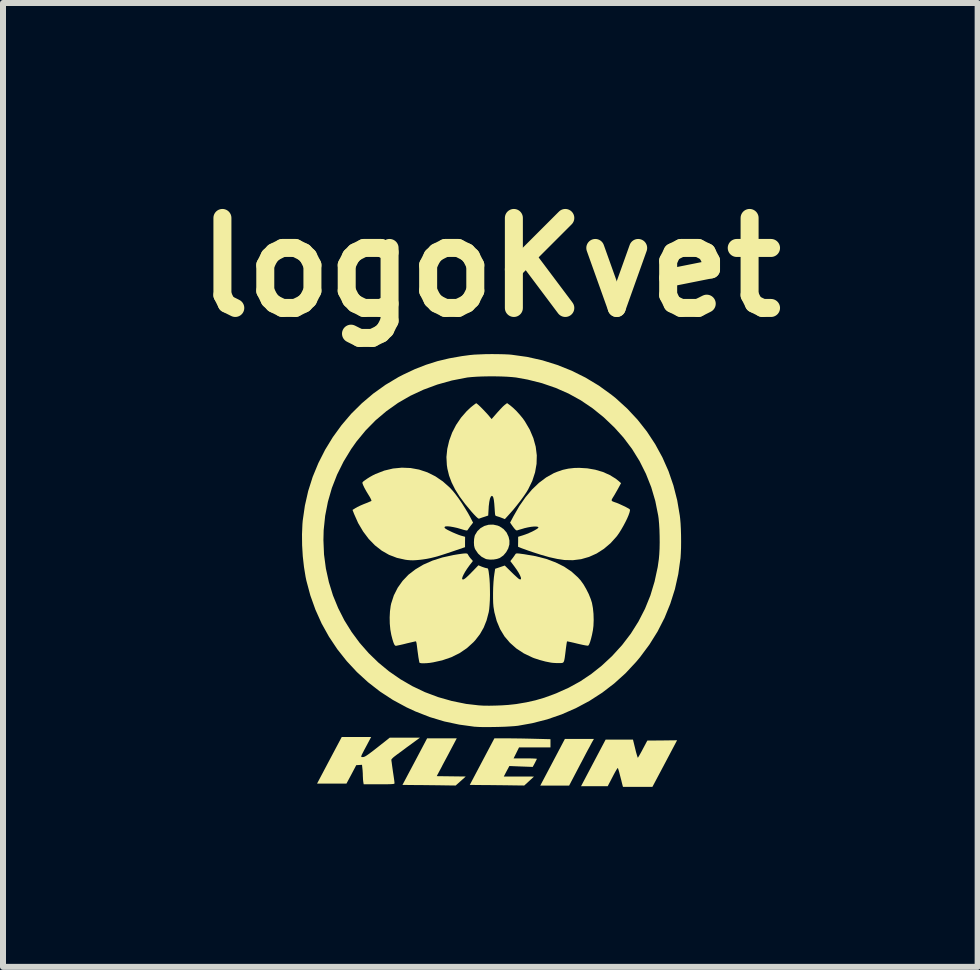
<source format=kicad_pcb>
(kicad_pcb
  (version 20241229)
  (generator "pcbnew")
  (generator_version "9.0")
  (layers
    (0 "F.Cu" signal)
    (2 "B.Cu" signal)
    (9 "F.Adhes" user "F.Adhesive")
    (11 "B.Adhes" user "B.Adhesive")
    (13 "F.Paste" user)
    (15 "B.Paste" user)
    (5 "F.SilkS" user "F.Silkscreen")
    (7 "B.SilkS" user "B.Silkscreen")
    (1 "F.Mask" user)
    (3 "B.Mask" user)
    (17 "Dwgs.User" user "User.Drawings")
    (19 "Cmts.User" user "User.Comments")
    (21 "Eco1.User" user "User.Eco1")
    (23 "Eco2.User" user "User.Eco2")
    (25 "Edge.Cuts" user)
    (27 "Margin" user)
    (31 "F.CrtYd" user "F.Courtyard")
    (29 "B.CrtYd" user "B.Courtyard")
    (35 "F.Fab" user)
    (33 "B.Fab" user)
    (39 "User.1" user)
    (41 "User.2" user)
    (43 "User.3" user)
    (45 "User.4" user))
  (footprint "logoKvet"
    (layer "F.Cu")
    (at 5.121 6.484)
    (property "Reference" "logoKvet" (at 0 -5.08 0) (layer "F.SilkS") (effects (font (size 1.5 1.5) (thickness 0.3))))
    (attr board_only exclude_from_pos_files exclude_from_bom)
    (fp_poly (pts (xy 1.706 2.817) (xy 1.696 2.834) (xy 1.678 2.868) (xy 1.652 2.917) (xy 1.619 2.977) (xy 1.582 3.047) (xy 1.542 3.124) (xy 1.499 3.205) (xy 1.314 3.558) (xy 1.073 3.558) (xy 0.833 3.558) (xy 1.038 3.17) (xy 1.243 2.781) (xy 1.485 2.781) (xy 1.727 2.781)) (stroke (width 0) (type solid)) (fill yes) (layer "F.SilkS"))
    (fp_poly (pts (xy -0.64 2.924) (xy -0.676 2.992) (xy -0.717 3.07) (xy -0.76 3.15) (xy -0.799 3.223) (xy -0.807 3.24) (xy -0.893 3.401) (xy -0.651 3.404) (xy -0.409 3.407) (xy -0.493 3.482) (xy -0.577 3.557) (xy -0.733 3.555) (xy -0.789 3.554) (xy -0.861 3.553) (xy -0.944 3.552) (xy -1.033 3.551) (xy -1.123 3.55) (xy -1.177 3.55) (xy -1.464 3.547) (xy -1.258 3.159) (xy -1.053 2.771) (xy -0.806 2.771) (xy -0.559 2.771)) (stroke (width 0) (type solid)) (fill yes) (layer "F.SilkS"))
    (fp_poly (pts (xy 0.122 -0.775) (xy 0.154 -0.762) (xy 0.22 -0.718) (xy 0.271 -0.66) (xy 0.305 -0.588) (xy 0.319 -0.525) (xy 0.318 -0.46) (xy 0.299 -0.394) (xy 0.265 -0.332) (xy 0.218 -0.277) (xy 0.161 -0.237) (xy 0.158 -0.235) (xy 0.111 -0.219) (xy 0.053 -0.209) (xy -0.006 -0.208) (xy -0.059 -0.214) (xy -0.078 -0.22) (xy -0.145 -0.255) (xy -0.203 -0.308) (xy -0.247 -0.372) (xy -0.26 -0.399) (xy -0.27 -0.441) (xy -0.273 -0.494) (xy -0.27 -0.55) (xy -0.261 -0.599) (xy -0.255 -0.617) (xy -0.215 -0.682) (xy -0.162 -0.733) (xy -0.098 -0.769) (xy -0.027 -0.789) (xy 0.048 -0.791)) (stroke (width 0) (type solid)) (fill yes) (layer "F.SilkS"))
    (fp_poly (pts (xy 2.415 2.943) (xy 2.428 2.997) (xy 2.441 3.042) (xy 2.451 3.075) (xy 2.457 3.092) (xy 2.459 3.094) (xy 2.466 3.085) (xy 2.481 3.06) (xy 2.502 3.023) (xy 2.528 2.976) (xy 2.541 2.951) (xy 2.617 2.808) (xy 2.865 2.806) (xy 3.113 2.803) (xy 2.908 3.191) (xy 2.702 3.579) (xy 2.456 3.579) (xy 2.211 3.579) (xy 2.2 3.539) (xy 2.193 3.511) (xy 2.183 3.469) (xy 2.17 3.42) (xy 2.161 3.385) (xy 2.149 3.338) (xy 2.138 3.3) (xy 2.129 3.273) (xy 2.125 3.265) (xy 2.118 3.271) (xy 2.103 3.294) (xy 2.082 3.33) (xy 2.057 3.376) (xy 2.038 3.413) (xy 1.957 3.568) (xy 1.734 3.568) (xy 1.512 3.569) (xy 1.717 3.18) (xy 1.922 2.792) (xy 2.15 2.792) (xy 2.378 2.792)) (stroke (width 0) (type solid)) (fill yes) (layer "F.SilkS"))
    (fp_poly (pts (xy 0.326 2.771) (xy 0.41 2.772) (xy 0.502 2.773) (xy 0.598 2.775) (xy 0.69 2.777) (xy 0.726 2.778) (xy 1.003 2.785) (xy 1.003 2.853) (xy 1.003 2.922) (xy 0.741 2.922) (xy 0.479 2.922) (xy 0.434 3.013) (xy 0.388 3.105) (xy 0.582 3.105) (xy 0.644 3.105) (xy 0.698 3.106) (xy 0.74 3.108) (xy 0.767 3.11) (xy 0.776 3.111) (xy 0.772 3.124) (xy 0.759 3.149) (xy 0.742 3.183) (xy 0.742 3.183) (xy 0.707 3.247) (xy 0.513 3.24) (xy 0.318 3.232) (xy 0.271 3.319) (xy 0.225 3.407) (xy 0.476 3.407) (xy 0.728 3.408) (xy 0.647 3.483) (xy 0.566 3.557) (xy 0.399 3.555) (xy 0.34 3.554) (xy 0.264 3.553) (xy 0.179 3.552) (xy 0.087 3.551) (xy -0.004 3.55) (xy -0.055 3.55) (xy -0.342 3.547) (xy -0.137 3.159) (xy 0.068 2.771) (xy 0.259 2.771)) (stroke (width 0) (type solid)) (fill yes) (layer "F.SilkS"))
    (fp_poly (pts (xy -2.066 2.9) (xy -2.1 2.963) (xy -2.124 3.01) (xy -2.141 3.043) (xy -2.149 3.064) (xy -2.151 3.076) (xy -2.147 3.082) (xy -2.137 3.083) (xy -2.123 3.083) (xy -2.122 3.083) (xy -2.108 3.081) (xy -2.09 3.074) (xy -2.067 3.061) (xy -2.036 3.04) (xy -1.994 3.009) (xy -1.94 2.968) (xy -1.881 2.922) (xy -1.676 2.76) (xy -1.425 2.76) (xy -1.173 2.76) (xy -1.339 2.882) (xy -1.397 2.924) (xy -1.454 2.967) (xy -1.507 3.006) (xy -1.551 3.038) (xy -1.576 3.057) (xy -1.61 3.083) (xy -1.635 3.107) (xy -1.648 3.123) (xy -1.649 3.126) (xy -1.648 3.142) (xy -1.643 3.175) (xy -1.637 3.222) (xy -1.629 3.278) (xy -1.623 3.321) (xy -1.614 3.381) (xy -1.606 3.435) (xy -1.6 3.479) (xy -1.597 3.508) (xy -1.596 3.517) (xy -1.597 3.523) (xy -1.603 3.528) (xy -1.616 3.531) (xy -1.638 3.533) (xy -1.672 3.535) (xy -1.721 3.536) (xy -1.786 3.536) (xy -1.853 3.536) (xy -2.11 3.536) (xy -2.117 3.496) (xy -2.121 3.46) (xy -2.123 3.416) (xy -2.124 3.4) (xy -2.125 3.357) (xy -2.128 3.307) (xy -2.131 3.278) (xy -2.138 3.212) (xy -2.186 3.215) (xy -2.234 3.218) (xy -2.315 3.372) (xy -2.397 3.525) (xy -2.642 3.525) (xy -2.887 3.525) (xy -2.682 3.137) (xy -2.476 2.749) (xy -2.231 2.749) (xy -1.986 2.749)) (stroke (width 0) (type solid)) (fill yes) (layer "F.SilkS"))
    (fp_poly (pts (xy 0.333 -2.777) (xy 0.382 -2.736) (xy 0.437 -2.683) (xy 0.492 -2.622) (xy 0.543 -2.56) (xy 0.576 -2.513) (xy 0.658 -2.373) (xy 0.718 -2.231) (xy 0.757 -2.089) (xy 0.775 -1.946) (xy 0.771 -1.803) (xy 0.746 -1.661) (xy 0.7 -1.52) (xy 0.632 -1.38) (xy 0.602 -1.33) (xy 0.56 -1.268) (xy 0.508 -1.196) (xy 0.448 -1.119) (xy 0.385 -1.041) (xy 0.322 -0.97) (xy 0.305 -0.951) (xy 0.243 -0.883) (xy 0.189 -0.904) (xy 0.152 -0.918) (xy 0.119 -0.928) (xy 0.107 -0.932) (xy 0.095 -0.935) (xy 0.087 -0.941) (xy 0.081 -0.954) (xy 0.078 -0.978) (xy 0.075 -1.016) (xy 0.072 -1.064) (xy 0.066 -1.144) (xy 0.059 -1.203) (xy 0.05 -1.243) (xy 0.038 -1.265) (xy 0.024 -1.27) (xy 0.008 -1.256) (xy -0.006 -1.222) (xy -0.017 -1.168) (xy -0.026 -1.096) (xy -0.028 -1.056) (xy -0.035 -0.942) (xy -0.101 -0.92) (xy -0.139 -0.908) (xy -0.169 -0.897) (xy -0.185 -0.891) (xy -0.196 -0.891) (xy -0.212 -0.902) (xy -0.236 -0.924) (xy -0.27 -0.959) (xy -0.309 -1.002) (xy -0.419 -1.134) (xy -0.511 -1.258) (xy -0.586 -1.377) (xy -0.644 -1.493) (xy -0.687 -1.608) (xy -0.715 -1.723) (xy -0.724 -1.783) (xy -0.731 -1.917) (xy -0.717 -2.053) (xy -0.685 -2.19) (xy -0.636 -2.324) (xy -0.57 -2.452) (xy -0.488 -2.573) (xy -0.393 -2.682) (xy -0.326 -2.745) (xy -0.29 -2.774) (xy -0.26 -2.797) (xy -0.24 -2.811) (xy -0.234 -2.814) (xy -0.222 -2.806) (xy -0.198 -2.786) (xy -0.167 -2.757) (xy -0.131 -2.721) (xy -0.094 -2.682) (xy -0.058 -2.644) (xy -0.027 -2.609) (xy -0.018 -2.598) (xy 0.022 -2.55) (xy 0.05 -2.582) (xy 0.115 -2.657) (xy 0.168 -2.715) (xy 0.209 -2.758) (xy 0.239 -2.785) (xy 0.243 -2.788) (xy 0.28 -2.816)) (stroke (width 0) (type solid)) (fill yes) (layer "F.SilkS"))
    (fp_poly (pts (xy -1.328 -1.734) (xy -1.186 -1.708) (xy -1.048 -1.662) (xy -0.916 -1.596) (xy -0.791 -1.511) (xy -0.674 -1.407) (xy -0.622 -1.35) (xy -0.577 -1.294) (xy -0.526 -1.225) (xy -0.473 -1.147) (xy -0.421 -1.065) (xy -0.373 -0.986) (xy -0.34 -0.926) (xy -0.287 -0.824) (xy -0.327 -0.773) (xy -0.35 -0.742) (xy -0.368 -0.716) (xy -0.376 -0.704) (xy -0.382 -0.696) (xy -0.393 -0.693) (xy -0.413 -0.696) (xy -0.445 -0.704) (xy -0.481 -0.715) (xy -0.549 -0.735) (xy -0.612 -0.749) (xy -0.669 -0.759) (xy -0.714 -0.763) (xy -0.746 -0.761) (xy -0.757 -0.756) (xy -0.764 -0.743) (xy -0.754 -0.729) (xy -0.749 -0.726) (xy -0.722 -0.708) (xy -0.68 -0.687) (xy -0.63 -0.663) (xy -0.576 -0.64) (xy -0.526 -0.62) (xy -0.488 -0.607) (xy -0.42 -0.588) (xy -0.421 -0.501) (xy -0.421 -0.415) (xy -0.65 -0.337) (xy -0.755 -0.302) (xy -0.845 -0.273) (xy -0.923 -0.251) (xy -0.992 -0.234) (xy -1.056 -0.221) (xy -1.12 -0.211) (xy -1.167 -0.205) (xy -1.233 -0.199) (xy -1.286 -0.196) (xy -1.332 -0.197) (xy -1.38 -0.201) (xy -1.417 -0.206) (xy -1.556 -0.237) (xy -1.687 -0.287) (xy -1.809 -0.357) (xy -1.923 -0.446) (xy -2.026 -0.552) (xy -2.119 -0.676) (xy -2.202 -0.816) (xy -2.272 -0.973) (xy -2.274 -0.979) (xy -2.296 -1.036) (xy -2.246 -1.067) (xy -2.214 -1.085) (xy -2.169 -1.107) (xy -2.118 -1.129) (xy -2.093 -1.139) (xy -2.049 -1.156) (xy -2.012 -1.172) (xy -1.988 -1.182) (xy -1.981 -1.186) (xy -1.982 -1.198) (xy -1.993 -1.223) (xy -2.012 -1.258) (xy -2.025 -1.279) (xy -2.067 -1.348) (xy -2.099 -1.406) (xy -2.12 -1.451) (xy -2.131 -1.482) (xy -2.131 -1.493) (xy -2.118 -1.509) (xy -2.089 -1.531) (xy -2.05 -1.558) (xy -2.005 -1.586) (xy -1.957 -1.613) (xy -1.914 -1.634) (xy -1.768 -1.691) (xy -1.621 -1.726) (xy -1.474 -1.74)) (stroke (width 0) (type solid)) (fill yes) (layer "F.SilkS"))
    (fp_poly (pts (xy 1.617 -1.729) (xy 1.749 -1.706) (xy 1.875 -1.669) (xy 1.99 -1.618) (xy 2.091 -1.556) (xy 2.138 -1.518) (xy 2.179 -1.482) (xy 2.126 -1.384) (xy 2.099 -1.337) (xy 2.073 -1.291) (xy 2.051 -1.255) (xy 2.042 -1.241) (xy 2.025 -1.211) (xy 2.022 -1.192) (xy 2.036 -1.179) (xy 2.069 -1.166) (xy 2.075 -1.164) (xy 2.11 -1.152) (xy 2.153 -1.134) (xy 2.2 -1.112) (xy 2.246 -1.091) (xy 2.285 -1.07) (xy 2.314 -1.054) (xy 2.325 -1.045) (xy 2.328 -1.026) (xy 2.32 -0.993) (xy 2.304 -0.947) (xy 2.281 -0.893) (xy 2.252 -0.834) (xy 2.219 -0.772) (xy 2.184 -0.711) (xy 2.148 -0.653) (xy 2.113 -0.603) (xy 2.105 -0.593) (xy 2.004 -0.481) (xy 1.893 -0.387) (xy 1.773 -0.31) (xy 1.646 -0.253) (xy 1.514 -0.215) (xy 1.377 -0.198) (xy 1.237 -0.201) (xy 1.229 -0.202) (xy 1.116 -0.219) (xy 0.985 -0.248) (xy 0.838 -0.29) (xy 0.705 -0.333) (xy 0.637 -0.356) (xy 0.577 -0.378) (xy 0.526 -0.396) (xy 0.489 -0.411) (xy 0.467 -0.42) (xy 0.463 -0.423) (xy 0.463 -0.437) (xy 0.463 -0.467) (xy 0.464 -0.506) (xy 0.464 -0.51) (xy 0.464 -0.588) (xy 0.544 -0.613) (xy 0.593 -0.63) (xy 0.645 -0.651) (xy 0.696 -0.674) (xy 0.74 -0.697) (xy 0.776 -0.718) (xy 0.798 -0.735) (xy 0.803 -0.744) (xy 0.793 -0.754) (xy 0.767 -0.759) (xy 0.727 -0.759) (xy 0.678 -0.754) (xy 0.623 -0.744) (xy 0.567 -0.731) (xy 0.555 -0.727) (xy 0.511 -0.714) (xy 0.473 -0.703) (xy 0.448 -0.695) (xy 0.442 -0.694) (xy 0.426 -0.7) (xy 0.402 -0.725) (xy 0.378 -0.756) (xy 0.33 -0.824) (xy 0.387 -0.932) (xy 0.484 -1.1) (xy 0.588 -1.249) (xy 0.697 -1.378) (xy 0.812 -1.488) (xy 0.932 -1.578) (xy 1.057 -1.648) (xy 1.113 -1.671) (xy 1.209 -1.704) (xy 1.301 -1.724) (xy 1.399 -1.735) (xy 1.482 -1.737)) (stroke (width 0) (type solid)) (fill yes) (layer "F.SilkS"))
    (fp_poly (pts (xy 0.481 -0.309) (xy 0.525 -0.303) (xy 0.564 -0.298) (xy 0.756 -0.265) (xy 0.931 -0.22) (xy 1.089 -0.161) (xy 1.23 -0.091) (xy 1.354 -0.008) (xy 1.46 0.088) (xy 1.505 0.138) (xy 1.552 0.203) (xy 1.598 0.282) (xy 1.641 0.367) (xy 1.675 0.452) (xy 1.694 0.512) (xy 1.71 0.598) (xy 1.72 0.696) (xy 1.723 0.799) (xy 1.719 0.898) (xy 1.71 0.97) (xy 1.695 1.046) (xy 1.679 1.111) (xy 1.663 1.165) (xy 1.648 1.203) (xy 1.634 1.224) (xy 1.631 1.226) (xy 1.615 1.226) (xy 1.582 1.221) (xy 1.536 1.212) (xy 1.482 1.2) (xy 1.448 1.192) (xy 1.391 1.178) (xy 1.342 1.167) (xy 1.305 1.159) (xy 1.283 1.155) (xy 1.278 1.155) (xy 1.276 1.167) (xy 1.271 1.196) (xy 1.265 1.238) (xy 1.258 1.29) (xy 1.256 1.309) (xy 1.247 1.38) (xy 1.24 1.432) (xy 1.233 1.469) (xy 1.225 1.493) (xy 1.215 1.507) (xy 1.2 1.514) (xy 1.18 1.516) (xy 1.152 1.516) (xy 1.147 1.516) (xy 1.097 1.516) (xy 1.045 1.513) (xy 1.012 1.509) (xy 0.92 1.491) (xy 0.823 1.465) (xy 0.731 1.435) (xy 0.701 1.423) (xy 0.559 1.355) (xy 0.434 1.273) (xy 0.327 1.178) (xy 0.236 1.071) (xy 0.163 0.95) (xy 0.107 0.816) (xy 0.068 0.669) (xy 0.053 0.577) (xy 0.048 0.515) (xy 0.046 0.437) (xy 0.046 0.35) (xy 0.048 0.258) (xy 0.053 0.169) (xy 0.06 0.088) (xy 0.068 0.029) (xy 0.081 -0.055) (xy 0.161 -0.082) (xy 0.241 -0.109) (xy 0.35 -0.002) (xy 0.391 0.038) (xy 0.429 0.073) (xy 0.459 0.1) (xy 0.479 0.116) (xy 0.483 0.118) (xy 0.504 0.123) (xy 0.512 0.114) (xy 0.51 0.091) (xy 0.496 0.056) (xy 0.473 0.012) (xy 0.44 -0.04) (xy 0.399 -0.097) (xy 0.393 -0.105) (xy 0.334 -0.183) (xy 0.372 -0.232) (xy 0.394 -0.262) (xy 0.412 -0.288) (xy 0.419 -0.299) (xy 0.425 -0.306) (xy 0.434 -0.31) (xy 0.452 -0.311)) (stroke (width 0) (type solid)) (fill yes) (layer "F.SilkS"))
    (fp_poly (pts (xy -0.389 -0.309) (xy -0.378 -0.302) (xy -0.371 -0.29) (xy -0.369 -0.287) (xy -0.355 -0.263) (xy -0.333 -0.234) (xy -0.324 -0.223) (xy -0.29 -0.185) (xy -0.348 -0.11) (xy -0.386 -0.057) (xy -0.419 -0.006) (xy -0.445 0.041) (xy -0.463 0.08) (xy -0.47 0.107) (xy -0.467 0.119) (xy -0.456 0.124) (xy -0.441 0.12) (xy -0.418 0.105) (xy -0.387 0.078) (xy -0.345 0.038) (xy -0.296 -0.012) (xy -0.198 -0.113) (xy -0.14 -0.089) (xy -0.103 -0.076) (xy -0.072 -0.067) (xy -0.058 -0.065) (xy -0.047 -0.063) (xy -0.039 -0.055) (xy -0.033 -0.038) (xy -0.027 -0.006) (xy -0.021 0.043) (xy -0.02 0.046) (xy -0.013 0.116) (xy -0.008 0.198) (xy -0.006 0.287) (xy -0.005 0.378) (xy -0.007 0.466) (xy -0.012 0.548) (xy -0.018 0.617) (xy -0.026 0.668) (xy -0.062 0.805) (xy -0.11 0.925) (xy -0.172 1.034) (xy -0.248 1.133) (xy -0.279 1.167) (xy -0.389 1.267) (xy -0.512 1.351) (xy -0.65 1.419) (xy -0.802 1.471) (xy -0.951 1.504) (xy -1.007 1.513) (xy -1.061 1.518) (xy -1.11 1.52) (xy -1.149 1.519) (xy -1.174 1.514) (xy -1.18 1.51) (xy -1.184 1.495) (xy -1.19 1.463) (xy -1.198 1.419) (xy -1.205 1.366) (xy -1.213 1.309) (xy -1.22 1.253) (xy -1.224 1.221) (xy -1.229 1.186) (xy -1.235 1.162) (xy -1.24 1.154) (xy -1.253 1.156) (xy -1.284 1.163) (xy -1.327 1.173) (xy -1.379 1.185) (xy -1.403 1.191) (xy -1.459 1.205) (xy -1.508 1.216) (xy -1.547 1.224) (xy -1.571 1.229) (xy -1.575 1.229) (xy -1.588 1.223) (xy -1.602 1.203) (xy -1.616 1.168) (xy -1.632 1.116) (xy -1.65 1.046) (xy -1.666 0.958) (xy -1.675 0.859) (xy -1.677 0.755) (xy -1.672 0.654) (xy -1.66 0.563) (xy -1.652 0.525) (xy -1.607 0.387) (xy -1.543 0.261) (xy -1.462 0.147) (xy -1.364 0.044) (xy -1.247 -0.046) (xy -1.114 -0.125) (xy -0.964 -0.191) (xy -0.797 -0.244) (xy -0.614 -0.284) (xy -0.542 -0.296) (xy -0.48 -0.305) (xy -0.437 -0.31) (xy -0.408 -0.311)) (stroke (width 0) (type solid)) (fill yes) (layer "F.SilkS"))
    (fp_poly (pts (xy 0.132 -3.632) (xy 0.23 -3.63) (xy 0.314 -3.626) (xy 0.357 -3.622) (xy 0.615 -3.586) (xy 0.869 -3.529) (xy 1.116 -3.452) (xy 1.356 -3.356) (xy 1.587 -3.241) (xy 1.808 -3.108) (xy 2.017 -2.957) (xy 2.092 -2.897) (xy 2.281 -2.725) (xy 2.454 -2.54) (xy 2.61 -2.342) (xy 2.748 -2.132) (xy 2.868 -1.912) (xy 2.97 -1.682) (xy 3.052 -1.443) (xy 3.115 -1.196) (xy 3.158 -0.943) (xy 3.164 -0.894) (xy 3.171 -0.813) (xy 3.176 -0.718) (xy 3.179 -0.614) (xy 3.18 -0.507) (xy 3.179 -0.403) (xy 3.175 -0.308) (xy 3.17 -0.228) (xy 3.169 -0.225) (xy 3.133 0.033) (xy 3.077 0.284) (xy 3 0.527) (xy 2.904 0.763) (xy 2.788 0.99) (xy 2.652 1.208) (xy 2.496 1.418) (xy 2.43 1.497) (xy 2.256 1.684) (xy 2.067 1.855) (xy 1.865 2.01) (xy 1.651 2.148) (xy 1.426 2.268) (xy 1.191 2.371) (xy 0.948 2.455) (xy 0.697 2.519) (xy 0.462 2.561) (xy 0.405 2.567) (xy 0.332 2.572) (xy 0.246 2.577) (xy 0.153 2.58) (xy 0.057 2.582) (xy -0.036 2.583) (xy -0.123 2.583) (xy -0.198 2.581) (xy -0.257 2.577) (xy -0.263 2.577) (xy -0.518 2.542) (xy -0.767 2.489) (xy -1.009 2.416) (xy -1.249 2.322) (xy -1.396 2.254) (xy -1.623 2.131) (xy -1.836 1.992) (xy -2.037 1.836) (xy -2.223 1.666) (xy -2.394 1.482) (xy -2.55 1.285) (xy -2.689 1.076) (xy -2.811 0.857) (xy -2.914 0.627) (xy -2.999 0.389) (xy -3.065 0.143) (xy -3.078 0.081) (xy -3.105 -0.085) (xy -3.125 -0.263) (xy -3.136 -0.446) (xy -3.137 -0.533) (xy -2.781 -0.533) (xy -2.771 -0.293) (xy -2.74 -0.059) (xy -2.69 0.168) (xy -2.622 0.389) (xy -2.535 0.601) (xy -2.432 0.804) (xy -2.312 0.997) (xy -2.177 1.18) (xy -2.028 1.35) (xy -1.864 1.509) (xy -1.688 1.654) (xy -1.499 1.785) (xy -1.299 1.901) (xy -1.089 2.001) (xy -0.868 2.084) (xy -0.639 2.149) (xy -0.402 2.197) (xy -0.194 2.221) (xy -0.113 2.226) (xy -0.018 2.227) (xy 0.087 2.225) (xy 0.194 2.221) (xy 0.298 2.214) (xy 0.392 2.204) (xy 0.435 2.199) (xy 0.6 2.171) (xy 0.752 2.137) (xy 0.899 2.094) (xy 1.048 2.04) (xy 1.1 2.02) (xy 1.307 1.927) (xy 1.5 1.821) (xy 1.682 1.699) (xy 1.856 1.561) (xy 2.026 1.403) (xy 2.032 1.397) (xy 2.196 1.217) (xy 2.342 1.026) (xy 2.469 0.824) (xy 2.578 0.612) (xy 2.668 0.39) (xy 2.738 0.157) (xy 2.79 -0.084) (xy 2.809 -0.216) (xy 2.816 -0.294) (xy 2.821 -0.388) (xy 2.823 -0.492) (xy 2.822 -0.6) (xy 2.819 -0.707) (xy 2.813 -0.807) (xy 2.805 -0.895) (xy 2.798 -0.943) (xy 2.75 -1.184) (xy 2.682 -1.415) (xy 2.594 -1.637) (xy 2.488 -1.849) (xy 2.363 -2.051) (xy 2.22 -2.241) (xy 2.07 -2.408) (xy 1.891 -2.579) (xy 1.704 -2.73) (xy 1.509 -2.862) (xy 1.304 -2.975) (xy 1.088 -3.07) (xy 0.861 -3.148) (xy 0.622 -3.208) (xy 0.429 -3.243) (xy 0.361 -3.25) (xy 0.277 -3.256) (xy 0.181 -3.26) (xy 0.078 -3.262) (xy -0.028 -3.262) (xy -0.132 -3.26) (xy -0.228 -3.256) (xy -0.314 -3.25) (xy -0.383 -3.243) (xy -0.388 -3.242) (xy -0.641 -3.193) (xy -0.883 -3.125) (xy -1.113 -3.04) (xy -1.332 -2.938) (xy -1.538 -2.819) (xy -1.731 -2.682) (xy -1.912 -2.529) (xy -2.078 -2.36) (xy -2.231 -2.174) (xy -2.318 -2.051) (xy -2.445 -1.842) (xy -2.553 -1.625) (xy -2.64 -1.402) (xy -2.706 -1.173) (xy -2.752 -0.938) (xy -2.777 -0.698) (xy -2.781 -0.533) (xy -3.137 -0.533) (xy -3.138 -0.627) (xy -3.131 -0.798) (xy -3.126 -0.858) (xy -3.09 -1.107) (xy -3.035 -1.35) (xy -2.96 -1.587) (xy -2.865 -1.817) (xy -2.753 -2.038) (xy -2.624 -2.249) (xy -2.478 -2.45) (xy -2.317 -2.639) (xy -2.14 -2.814) (xy -1.95 -2.975) (xy -1.746 -3.121) (xy -1.53 -3.25) (xy -1.446 -3.293) (xy -1.257 -3.382) (xy -1.07 -3.455) (xy -0.881 -3.515) (xy -0.684 -3.562) (xy -0.475 -3.599) (xy -0.34 -3.617) (xy -0.266 -3.624) (xy -0.176 -3.628) (xy -0.076 -3.632) (xy 0.029 -3.633)) (stroke (width 0) (type solid)) (fill yes) (layer "F.SilkS")))
  (gr_rect
    (start -3 -3)
    (end 13.243 13.063)
    (stroke (width 0.1) (type default))
    (fill no)
    (layer "Edge.Cuts")))
</source>
